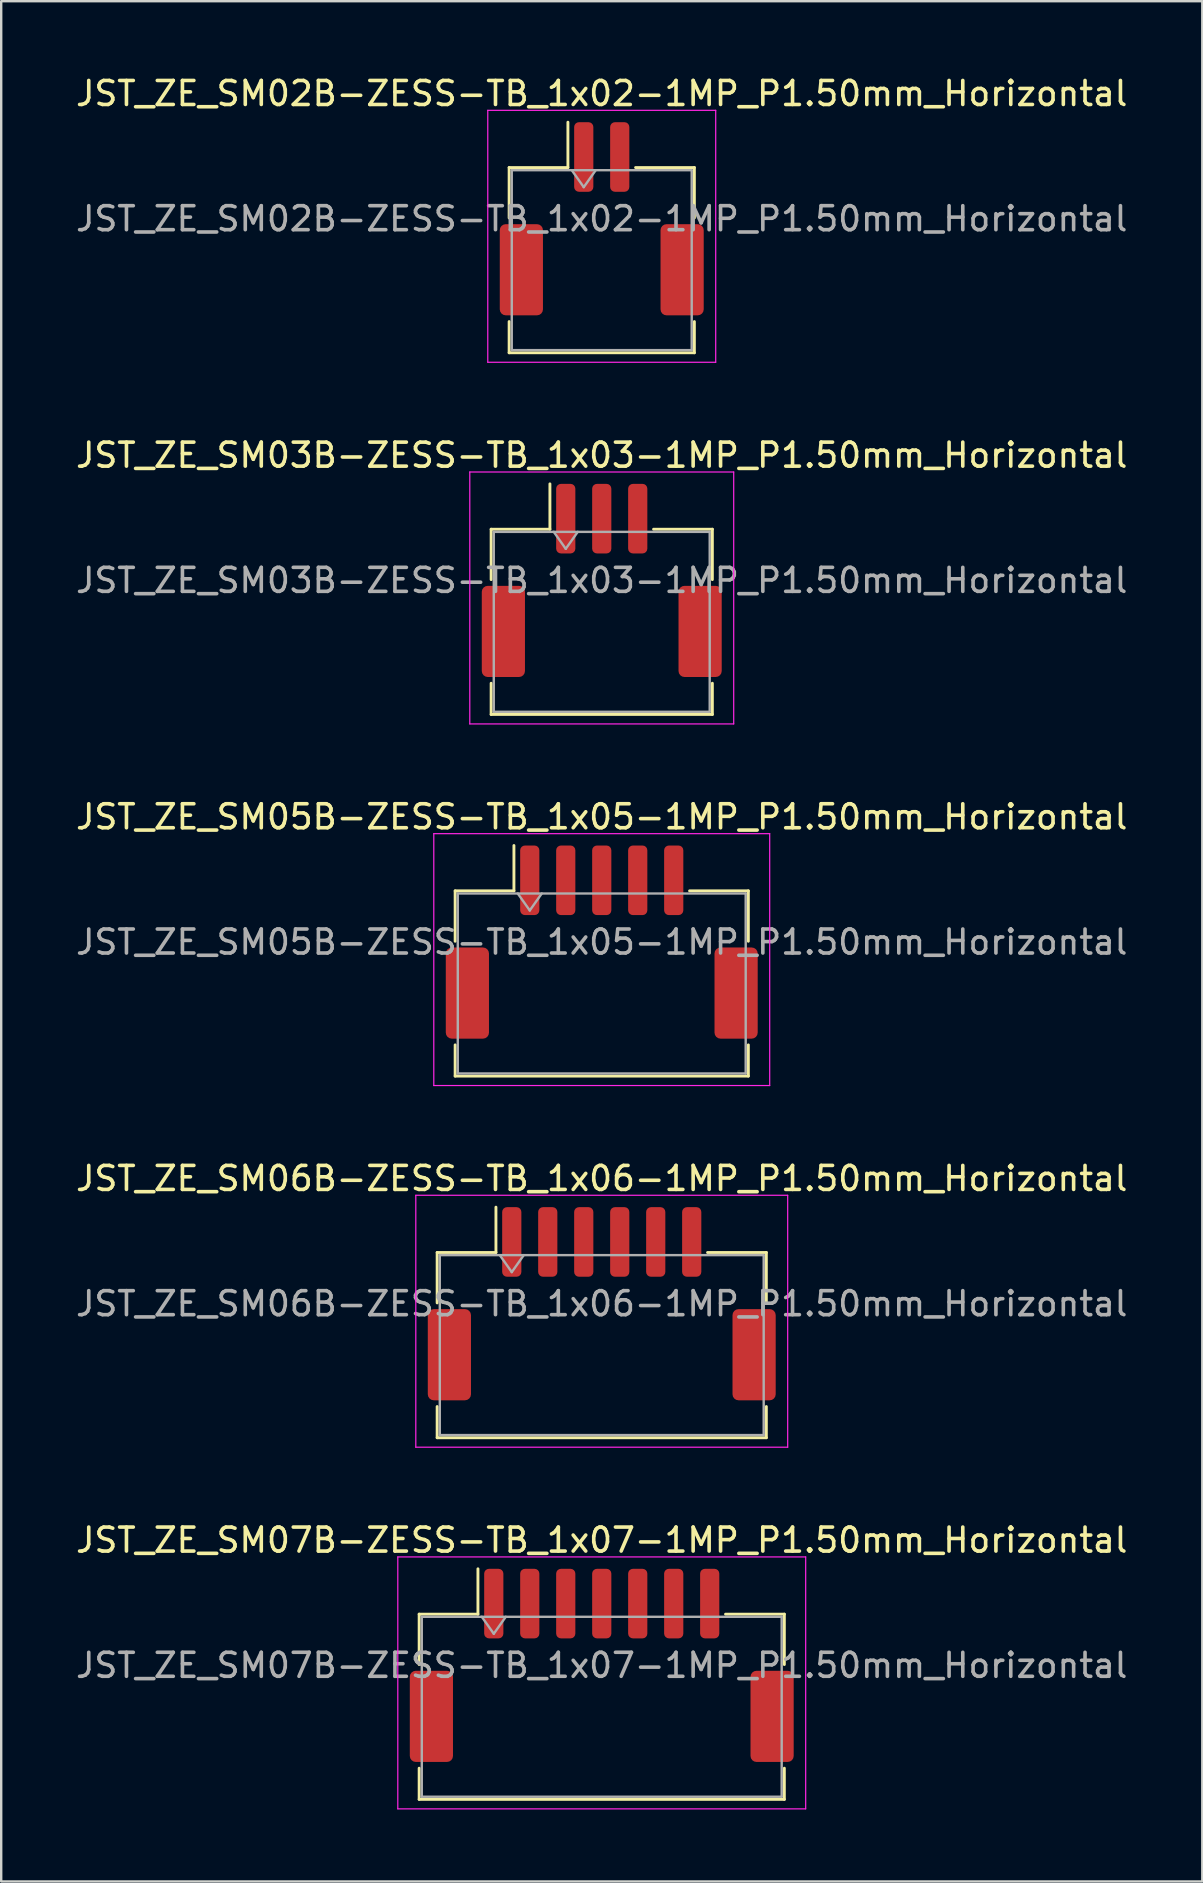
<source format=kicad_pcb>
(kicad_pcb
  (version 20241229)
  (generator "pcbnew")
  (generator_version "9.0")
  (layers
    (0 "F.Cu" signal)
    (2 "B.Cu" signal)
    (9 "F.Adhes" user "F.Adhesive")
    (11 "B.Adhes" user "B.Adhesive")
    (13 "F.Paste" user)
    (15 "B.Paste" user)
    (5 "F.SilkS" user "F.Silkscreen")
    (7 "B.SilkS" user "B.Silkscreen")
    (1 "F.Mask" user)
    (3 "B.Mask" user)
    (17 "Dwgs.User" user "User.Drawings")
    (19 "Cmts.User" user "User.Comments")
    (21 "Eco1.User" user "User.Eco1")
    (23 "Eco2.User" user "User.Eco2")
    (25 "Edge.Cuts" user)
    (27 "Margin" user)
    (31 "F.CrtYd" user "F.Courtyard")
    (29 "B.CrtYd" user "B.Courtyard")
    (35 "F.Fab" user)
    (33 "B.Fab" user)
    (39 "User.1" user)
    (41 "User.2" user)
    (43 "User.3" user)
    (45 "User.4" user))
  (footprint "JST_ZE_SM07B-ZESS-TB_1x07-1MP_P1.50mm_Horizontal"
    (layer "F.Cu")
    (at 22.03 66.361)
    (property "Reference" "JST_ZE_SM07B-ZESS-TB_1x07-1MP_P1.50mm_Horizontal" (at 0 -5.22 0) (layer "F.SilkS") (effects (font (size 1 1) (thickness 0.15))))
    (attr smd)
    (fp_line (start -7.61 -2.135) (end -5.16 -2.135) (stroke (width 0.12) (type solid)) (layer "F.SilkS"))
    (fp_line (start -7.61 -0.035) (end -7.61 -2.135) (stroke (width 0.12) (type solid)) (layer "F.SilkS"))
    (fp_line (start -7.61 4.285) (end -7.61 5.585) (stroke (width 0.12) (type solid)) (layer "F.SilkS"))
    (fp_line (start -7.61 5.585) (end 7.61 5.585) (stroke (width 0.12) (type solid)) (layer "F.SilkS"))
    (fp_line (start -5.16 -2.135) (end -5.16 -4.025) (stroke (width 0.12) (type solid)) (layer "F.SilkS"))
    (fp_line (start 7.61 -2.135) (end 5.16 -2.135) (stroke (width 0.12) (type solid)) (layer "F.SilkS"))
    (fp_line (start 7.61 -0.035) (end 7.61 -2.135) (stroke (width 0.12) (type solid)) (layer "F.SilkS"))
    (fp_line (start 7.61 5.585) (end 7.61 4.285) (stroke (width 0.12) (type solid)) (layer "F.SilkS"))
    (fp_line (start -8.5 -4.52) (end -8.5 5.98) (stroke (width 0.05) (type solid)) (layer "F.CrtYd"))
    (fp_line (start -8.5 5.98) (end 8.5 5.98) (stroke (width 0.05) (type solid)) (layer "F.CrtYd"))
    (fp_line (start 8.5 -4.52) (end -8.5 -4.52) (stroke (width 0.05) (type solid)) (layer "F.CrtYd"))
    (fp_line (start 8.5 5.98) (end 8.5 -4.52) (stroke (width 0.05) (type solid)) (layer "F.CrtYd"))
    (fp_line (start -7.5 -2.025) (end -7.5 5.475) (stroke (width 0.1) (type solid)) (layer "F.Fab"))
    (fp_line (start -7.5 -2.025) (end 7.5 -2.025) (stroke (width 0.1) (type solid)) (layer "F.Fab"))
    (fp_line (start -7.5 5.475) (end 7.5 5.475) (stroke (width 0.1) (type solid)) (layer "F.Fab"))
    (fp_line (start -5 -2.025) (end -4.5 -1.318) (stroke (width 0.1) (type solid)) (layer "F.Fab"))
    (fp_line (start -4.5 -1.318) (end -4 -2.025) (stroke (width 0.1) (type solid)) (layer "F.Fab"))
    (fp_line (start 7.5 -2.025) (end 7.5 5.475) (stroke (width 0.1) (type solid)) (layer "F.Fab"))
    (fp_text user "${REFERENCE}" (at 0 0 0) (layer "F.Fab") (effects (font (size 1 1) (thickness 0.15))))
    (pad "1" smd roundrect (at -4.5 -2.575) (size 0.8 2.9) (layers "F.Cu" "F.Mask" "F.Paste") (roundrect_rratio 0.25))
    (pad "2" smd roundrect (at -3 -2.575) (size 0.8 2.9) (layers "F.Cu" "F.Mask" "F.Paste") (roundrect_rratio 0.25))
    (pad "3" smd roundrect (at -1.5 -2.575) (size 0.8 2.9) (layers "F.Cu" "F.Mask" "F.Paste") (roundrect_rratio 0.25))
    (pad "4" smd roundrect (at 0 -2.575) (size 0.8 2.9) (layers "F.Cu" "F.Mask" "F.Paste") (roundrect_rratio 0.25))
    (pad "5" smd roundrect (at 1.5 -2.575) (size 0.8 2.9) (layers "F.Cu" "F.Mask" "F.Paste") (roundrect_rratio 0.25))
    (pad "6" smd roundrect (at 3 -2.575) (size 0.8 2.9) (layers "F.Cu" "F.Mask" "F.Paste") (roundrect_rratio 0.25))
    (pad "7" smd roundrect (at 4.5 -2.575) (size 0.8 2.9) (layers "F.Cu" "F.Mask" "F.Paste") (roundrect_rratio 0.25))
    (pad "MP" smd roundrect (at -7.1 2.125) (size 1.8 3.8) (layers "F.Cu" "F.Mask" "F.Paste") (roundrect_rratio 0.139))
    (pad "MP" smd roundrect (at 7.1 2.125) (size 1.8 3.8) (layers "F.Cu" "F.Mask" "F.Paste") (roundrect_rratio 0.139)))
  (footprint "JST_ZE_SM06B-ZESS-TB_1x06-1MP_P1.50mm_Horizontal"
    (layer "F.Cu")
    (at 22.03 51.288)
    (property "Reference" "JST_ZE_SM06B-ZESS-TB_1x06-1MP_P1.50mm_Horizontal" (at 0 -5.22 0) (layer "F.SilkS") (effects (font (size 1 1) (thickness 0.15))))
    (attr smd)
    (fp_line (start -6.86 -2.135) (end -4.41 -2.135) (stroke (width 0.12) (type solid)) (layer "F.SilkS"))
    (fp_line (start -6.86 -0.035) (end -6.86 -2.135) (stroke (width 0.12) (type solid)) (layer "F.SilkS"))
    (fp_line (start -6.86 4.285) (end -6.86 5.585) (stroke (width 0.12) (type solid)) (layer "F.SilkS"))
    (fp_line (start -6.86 5.585) (end 6.86 5.585) (stroke (width 0.12) (type solid)) (layer "F.SilkS"))
    (fp_line (start -4.41 -2.135) (end -4.41 -4.025) (stroke (width 0.12) (type solid)) (layer "F.SilkS"))
    (fp_line (start 6.86 -2.135) (end 4.41 -2.135) (stroke (width 0.12) (type solid)) (layer "F.SilkS"))
    (fp_line (start 6.86 -0.035) (end 6.86 -2.135) (stroke (width 0.12) (type solid)) (layer "F.SilkS"))
    (fp_line (start 6.86 5.585) (end 6.86 4.285) (stroke (width 0.12) (type solid)) (layer "F.SilkS"))
    (fp_line (start -7.75 -4.52) (end -7.75 5.98) (stroke (width 0.05) (type solid)) (layer "F.CrtYd"))
    (fp_line (start -7.75 5.98) (end 7.75 5.98) (stroke (width 0.05) (type solid)) (layer "F.CrtYd"))
    (fp_line (start 7.75 -4.52) (end -7.75 -4.52) (stroke (width 0.05) (type solid)) (layer "F.CrtYd"))
    (fp_line (start 7.75 5.98) (end 7.75 -4.52) (stroke (width 0.05) (type solid)) (layer "F.CrtYd"))
    (fp_line (start -6.75 -2.025) (end -6.75 5.475) (stroke (width 0.1) (type solid)) (layer "F.Fab"))
    (fp_line (start -6.75 -2.025) (end 6.75 -2.025) (stroke (width 0.1) (type solid)) (layer "F.Fab"))
    (fp_line (start -6.75 5.475) (end 6.75 5.475) (stroke (width 0.1) (type solid)) (layer "F.Fab"))
    (fp_line (start -4.25 -2.025) (end -3.75 -1.318) (stroke (width 0.1) (type solid)) (layer "F.Fab"))
    (fp_line (start -3.75 -1.318) (end -3.25 -2.025) (stroke (width 0.1) (type solid)) (layer "F.Fab"))
    (fp_line (start 6.75 -2.025) (end 6.75 5.475) (stroke (width 0.1) (type solid)) (layer "F.Fab"))
    (fp_text user "${REFERENCE}" (at 0 0 0) (layer "F.Fab") (effects (font (size 1 1) (thickness 0.15))))
    (pad "1" smd roundrect (at -3.75 -2.575) (size 0.8 2.9) (layers "F.Cu" "F.Mask" "F.Paste") (roundrect_rratio 0.25))
    (pad "2" smd roundrect (at -2.25 -2.575) (size 0.8 2.9) (layers "F.Cu" "F.Mask" "F.Paste") (roundrect_rratio 0.25))
    (pad "3" smd roundrect (at -0.75 -2.575) (size 0.8 2.9) (layers "F.Cu" "F.Mask" "F.Paste") (roundrect_rratio 0.25))
    (pad "4" smd roundrect (at 0.75 -2.575) (size 0.8 2.9) (layers "F.Cu" "F.Mask" "F.Paste") (roundrect_rratio 0.25))
    (pad "5" smd roundrect (at 2.25 -2.575) (size 0.8 2.9) (layers "F.Cu" "F.Mask" "F.Paste") (roundrect_rratio 0.25))
    (pad "6" smd roundrect (at 3.75 -2.575) (size 0.8 2.9) (layers "F.Cu" "F.Mask" "F.Paste") (roundrect_rratio 0.25))
    (pad "MP" smd roundrect (at -6.35 2.125) (size 1.8 3.8) (layers "F.Cu" "F.Mask" "F.Paste") (roundrect_rratio 0.139))
    (pad "MP" smd roundrect (at 6.35 2.125) (size 1.8 3.8) (layers "F.Cu" "F.Mask" "F.Paste") (roundrect_rratio 0.139)))
  (footprint "JST_ZE_SM05B-ZESS-TB_1x05-1MP_P1.50mm_Horizontal"
    (layer "F.Cu")
    (at 22.03 36.215)
    (property "Reference" "JST_ZE_SM05B-ZESS-TB_1x05-1MP_P1.50mm_Horizontal" (at 0 -5.22 0) (layer "F.SilkS") (effects (font (size 1 1) (thickness 0.15))))
    (attr smd)
    (fp_line (start -6.11 -2.135) (end -3.66 -2.135) (stroke (width 0.12) (type solid)) (layer "F.SilkS"))
    (fp_line (start -6.11 -0.035) (end -6.11 -2.135) (stroke (width 0.12) (type solid)) (layer "F.SilkS"))
    (fp_line (start -6.11 4.285) (end -6.11 5.585) (stroke (width 0.12) (type solid)) (layer "F.SilkS"))
    (fp_line (start -6.11 5.585) (end 6.11 5.585) (stroke (width 0.12) (type solid)) (layer "F.SilkS"))
    (fp_line (start -3.66 -2.135) (end -3.66 -4.025) (stroke (width 0.12) (type solid)) (layer "F.SilkS"))
    (fp_line (start 6.11 -2.135) (end 3.66 -2.135) (stroke (width 0.12) (type solid)) (layer "F.SilkS"))
    (fp_line (start 6.11 -0.035) (end 6.11 -2.135) (stroke (width 0.12) (type solid)) (layer "F.SilkS"))
    (fp_line (start 6.11 5.585) (end 6.11 4.285) (stroke (width 0.12) (type solid)) (layer "F.SilkS"))
    (fp_line (start -7 -4.52) (end -7 5.98) (stroke (width 0.05) (type solid)) (layer "F.CrtYd"))
    (fp_line (start -7 5.98) (end 7 5.98) (stroke (width 0.05) (type solid)) (layer "F.CrtYd"))
    (fp_line (start 7 -4.52) (end -7 -4.52) (stroke (width 0.05) (type solid)) (layer "F.CrtYd"))
    (fp_line (start 7 5.98) (end 7 -4.52) (stroke (width 0.05) (type solid)) (layer "F.CrtYd"))
    (fp_line (start -6 -2.025) (end -6 5.475) (stroke (width 0.1) (type solid)) (layer "F.Fab"))
    (fp_line (start -6 -2.025) (end 6 -2.025) (stroke (width 0.1) (type solid)) (layer "F.Fab"))
    (fp_line (start -6 5.475) (end 6 5.475) (stroke (width 0.1) (type solid)) (layer "F.Fab"))
    (fp_line (start -3.5 -2.025) (end -3 -1.318) (stroke (width 0.1) (type solid)) (layer "F.Fab"))
    (fp_line (start -3 -1.318) (end -2.5 -2.025) (stroke (width 0.1) (type solid)) (layer "F.Fab"))
    (fp_line (start 6 -2.025) (end 6 5.475) (stroke (width 0.1) (type solid)) (layer "F.Fab"))
    (fp_text user "${REFERENCE}" (at 0 0 0) (layer "F.Fab") (effects (font (size 1 1) (thickness 0.15))))
    (pad "1" smd roundrect (at -3 -2.575) (size 0.8 2.9) (layers "F.Cu" "F.Mask" "F.Paste") (roundrect_rratio 0.25))
    (pad "2" smd roundrect (at -1.5 -2.575) (size 0.8 2.9) (layers "F.Cu" "F.Mask" "F.Paste") (roundrect_rratio 0.25))
    (pad "3" smd roundrect (at 0 -2.575) (size 0.8 2.9) (layers "F.Cu" "F.Mask" "F.Paste") (roundrect_rratio 0.25))
    (pad "4" smd roundrect (at 1.5 -2.575) (size 0.8 2.9) (layers "F.Cu" "F.Mask" "F.Paste") (roundrect_rratio 0.25))
    (pad "5" smd roundrect (at 3 -2.575) (size 0.8 2.9) (layers "F.Cu" "F.Mask" "F.Paste") (roundrect_rratio 0.25))
    (pad "MP" smd roundrect (at -5.6 2.125) (size 1.8 3.8) (layers "F.Cu" "F.Mask" "F.Paste") (roundrect_rratio 0.139))
    (pad "MP" smd roundrect (at 5.6 2.125) (size 1.8 3.8) (layers "F.Cu" "F.Mask" "F.Paste") (roundrect_rratio 0.139)))
  (footprint "JST_ZE_SM03B-ZESS-TB_1x03-1MP_P1.50mm_Horizontal"
    (layer "F.Cu")
    (at 22.03 21.142)
    (property "Reference" "JST_ZE_SM03B-ZESS-TB_1x03-1MP_P1.50mm_Horizontal" (at 0 -5.22 0) (layer "F.SilkS") (effects (font (size 1 1) (thickness 0.15))))
    (attr smd)
    (fp_line (start -4.61 -2.135) (end -2.16 -2.135) (stroke (width 0.12) (type solid)) (layer "F.SilkS"))
    (fp_line (start -4.61 -0.035) (end -4.61 -2.135) (stroke (width 0.12) (type solid)) (layer "F.SilkS"))
    (fp_line (start -4.61 4.285) (end -4.61 5.585) (stroke (width 0.12) (type solid)) (layer "F.SilkS"))
    (fp_line (start -4.61 5.585) (end 4.61 5.585) (stroke (width 0.12) (type solid)) (layer "F.SilkS"))
    (fp_line (start -2.16 -2.135) (end -2.16 -4.025) (stroke (width 0.12) (type solid)) (layer "F.SilkS"))
    (fp_line (start 4.61 -2.135) (end 2.16 -2.135) (stroke (width 0.12) (type solid)) (layer "F.SilkS"))
    (fp_line (start 4.61 -0.035) (end 4.61 -2.135) (stroke (width 0.12) (type solid)) (layer "F.SilkS"))
    (fp_line (start 4.61 5.585) (end 4.61 4.285) (stroke (width 0.12) (type solid)) (layer "F.SilkS"))
    (fp_line (start -5.5 -4.52) (end -5.5 5.98) (stroke (width 0.05) (type solid)) (layer "F.CrtYd"))
    (fp_line (start -5.5 5.98) (end 5.5 5.98) (stroke (width 0.05) (type solid)) (layer "F.CrtYd"))
    (fp_line (start 5.5 -4.52) (end -5.5 -4.52) (stroke (width 0.05) (type solid)) (layer "F.CrtYd"))
    (fp_line (start 5.5 5.98) (end 5.5 -4.52) (stroke (width 0.05) (type solid)) (layer "F.CrtYd"))
    (fp_line (start -4.5 -2.025) (end -4.5 5.475) (stroke (width 0.1) (type solid)) (layer "F.Fab"))
    (fp_line (start -4.5 -2.025) (end 4.5 -2.025) (stroke (width 0.1) (type solid)) (layer "F.Fab"))
    (fp_line (start -4.5 5.475) (end 4.5 5.475) (stroke (width 0.1) (type solid)) (layer "F.Fab"))
    (fp_line (start -2 -2.025) (end -1.5 -1.318) (stroke (width 0.1) (type solid)) (layer "F.Fab"))
    (fp_line (start -1.5 -1.318) (end -1 -2.025) (stroke (width 0.1) (type solid)) (layer "F.Fab"))
    (fp_line (start 4.5 -2.025) (end 4.5 5.475) (stroke (width 0.1) (type solid)) (layer "F.Fab"))
    (fp_text user "${REFERENCE}" (at 0 0 0) (layer "F.Fab") (effects (font (size 1 1) (thickness 0.15))))
    (pad "1" smd roundrect (at -1.5 -2.575) (size 0.8 2.9) (layers "F.Cu" "F.Mask" "F.Paste") (roundrect_rratio 0.25))
    (pad "2" smd roundrect (at 0 -2.575) (size 0.8 2.9) (layers "F.Cu" "F.Mask" "F.Paste") (roundrect_rratio 0.25))
    (pad "3" smd roundrect (at 1.5 -2.575) (size 0.8 2.9) (layers "F.Cu" "F.Mask" "F.Paste") (roundrect_rratio 0.25))
    (pad "MP" smd roundrect (at -4.1 2.125) (size 1.8 3.8) (layers "F.Cu" "F.Mask" "F.Paste") (roundrect_rratio 0.139))
    (pad "MP" smd roundrect (at 4.1 2.125) (size 1.8 3.8) (layers "F.Cu" "F.Mask" "F.Paste") (roundrect_rratio 0.139)))
  (footprint "JST_ZE_SM02B-ZESS-TB_1x02-1MP_P1.50mm_Horizontal"
    (layer "F.Cu")
    (at 22.03 6.068)
    (property "Reference" "JST_ZE_SM02B-ZESS-TB_1x02-1MP_P1.50mm_Horizontal" (at 0 -5.22 0) (layer "F.SilkS") (effects (font (size 1 1) (thickness 0.15))))
    (attr smd)
    (fp_line (start -3.86 -2.135) (end -1.41 -2.135) (stroke (width 0.12) (type solid)) (layer "F.SilkS"))
    (fp_line (start -3.86 -0.035) (end -3.86 -2.135) (stroke (width 0.12) (type solid)) (layer "F.SilkS"))
    (fp_line (start -3.86 4.285) (end -3.86 5.585) (stroke (width 0.12) (type solid)) (layer "F.SilkS"))
    (fp_line (start -3.86 5.585) (end 3.86 5.585) (stroke (width 0.12) (type solid)) (layer "F.SilkS"))
    (fp_line (start -1.41 -2.135) (end -1.41 -4.025) (stroke (width 0.12) (type solid)) (layer "F.SilkS"))
    (fp_line (start 3.86 -2.135) (end 1.41 -2.135) (stroke (width 0.12) (type solid)) (layer "F.SilkS"))
    (fp_line (start 3.86 -0.035) (end 3.86 -2.135) (stroke (width 0.12) (type solid)) (layer "F.SilkS"))
    (fp_line (start 3.86 5.585) (end 3.86 4.285) (stroke (width 0.12) (type solid)) (layer "F.SilkS"))
    (fp_line (start -4.75 -4.52) (end -4.75 5.98) (stroke (width 0.05) (type solid)) (layer "F.CrtYd"))
    (fp_line (start -4.75 5.98) (end 4.75 5.98) (stroke (width 0.05) (type solid)) (layer "F.CrtYd"))
    (fp_line (start 4.75 -4.52) (end -4.75 -4.52) (stroke (width 0.05) (type solid)) (layer "F.CrtYd"))
    (fp_line (start 4.75 5.98) (end 4.75 -4.52) (stroke (width 0.05) (type solid)) (layer "F.CrtYd"))
    (fp_line (start -3.75 -2.025) (end -3.75 5.475) (stroke (width 0.1) (type solid)) (layer "F.Fab"))
    (fp_line (start -3.75 -2.025) (end 3.75 -2.025) (stroke (width 0.1) (type solid)) (layer "F.Fab"))
    (fp_line (start -3.75 5.475) (end 3.75 5.475) (stroke (width 0.1) (type solid)) (layer "F.Fab"))
    (fp_line (start -1.25 -2.025) (end -0.75 -1.318) (stroke (width 0.1) (type solid)) (layer "F.Fab"))
    (fp_line (start -0.75 -1.318) (end -0.25 -2.025) (stroke (width 0.1) (type solid)) (layer "F.Fab"))
    (fp_line (start 3.75 -2.025) (end 3.75 5.475) (stroke (width 0.1) (type solid)) (layer "F.Fab"))
    (fp_text user "${REFERENCE}" (at 0 0 0) (layer "F.Fab") (effects (font (size 1 1) (thickness 0.15))))
    (pad "1" smd roundrect (at -0.75 -2.575) (size 0.8 2.9) (layers "F.Cu" "F.Mask" "F.Paste") (roundrect_rratio 0.25))
    (pad "2" smd roundrect (at 0.75 -2.575) (size 0.8 2.9) (layers "F.Cu" "F.Mask" "F.Paste") (roundrect_rratio 0.25))
    (pad "MP" smd roundrect (at -3.35 2.125) (size 1.8 3.8) (layers "F.Cu" "F.Mask" "F.Paste") (roundrect_rratio 0.139))
    (pad "MP" smd roundrect (at 3.35 2.125) (size 1.8 3.8) (layers "F.Cu" "F.Mask" "F.Paste") (roundrect_rratio 0.139)))
  (gr_rect
    (start -3 -3)
    (end 47.06 75.366)
    (stroke (width 0.1) (type default))
    (fill no)
    (layer "Edge.Cuts")))
</source>
